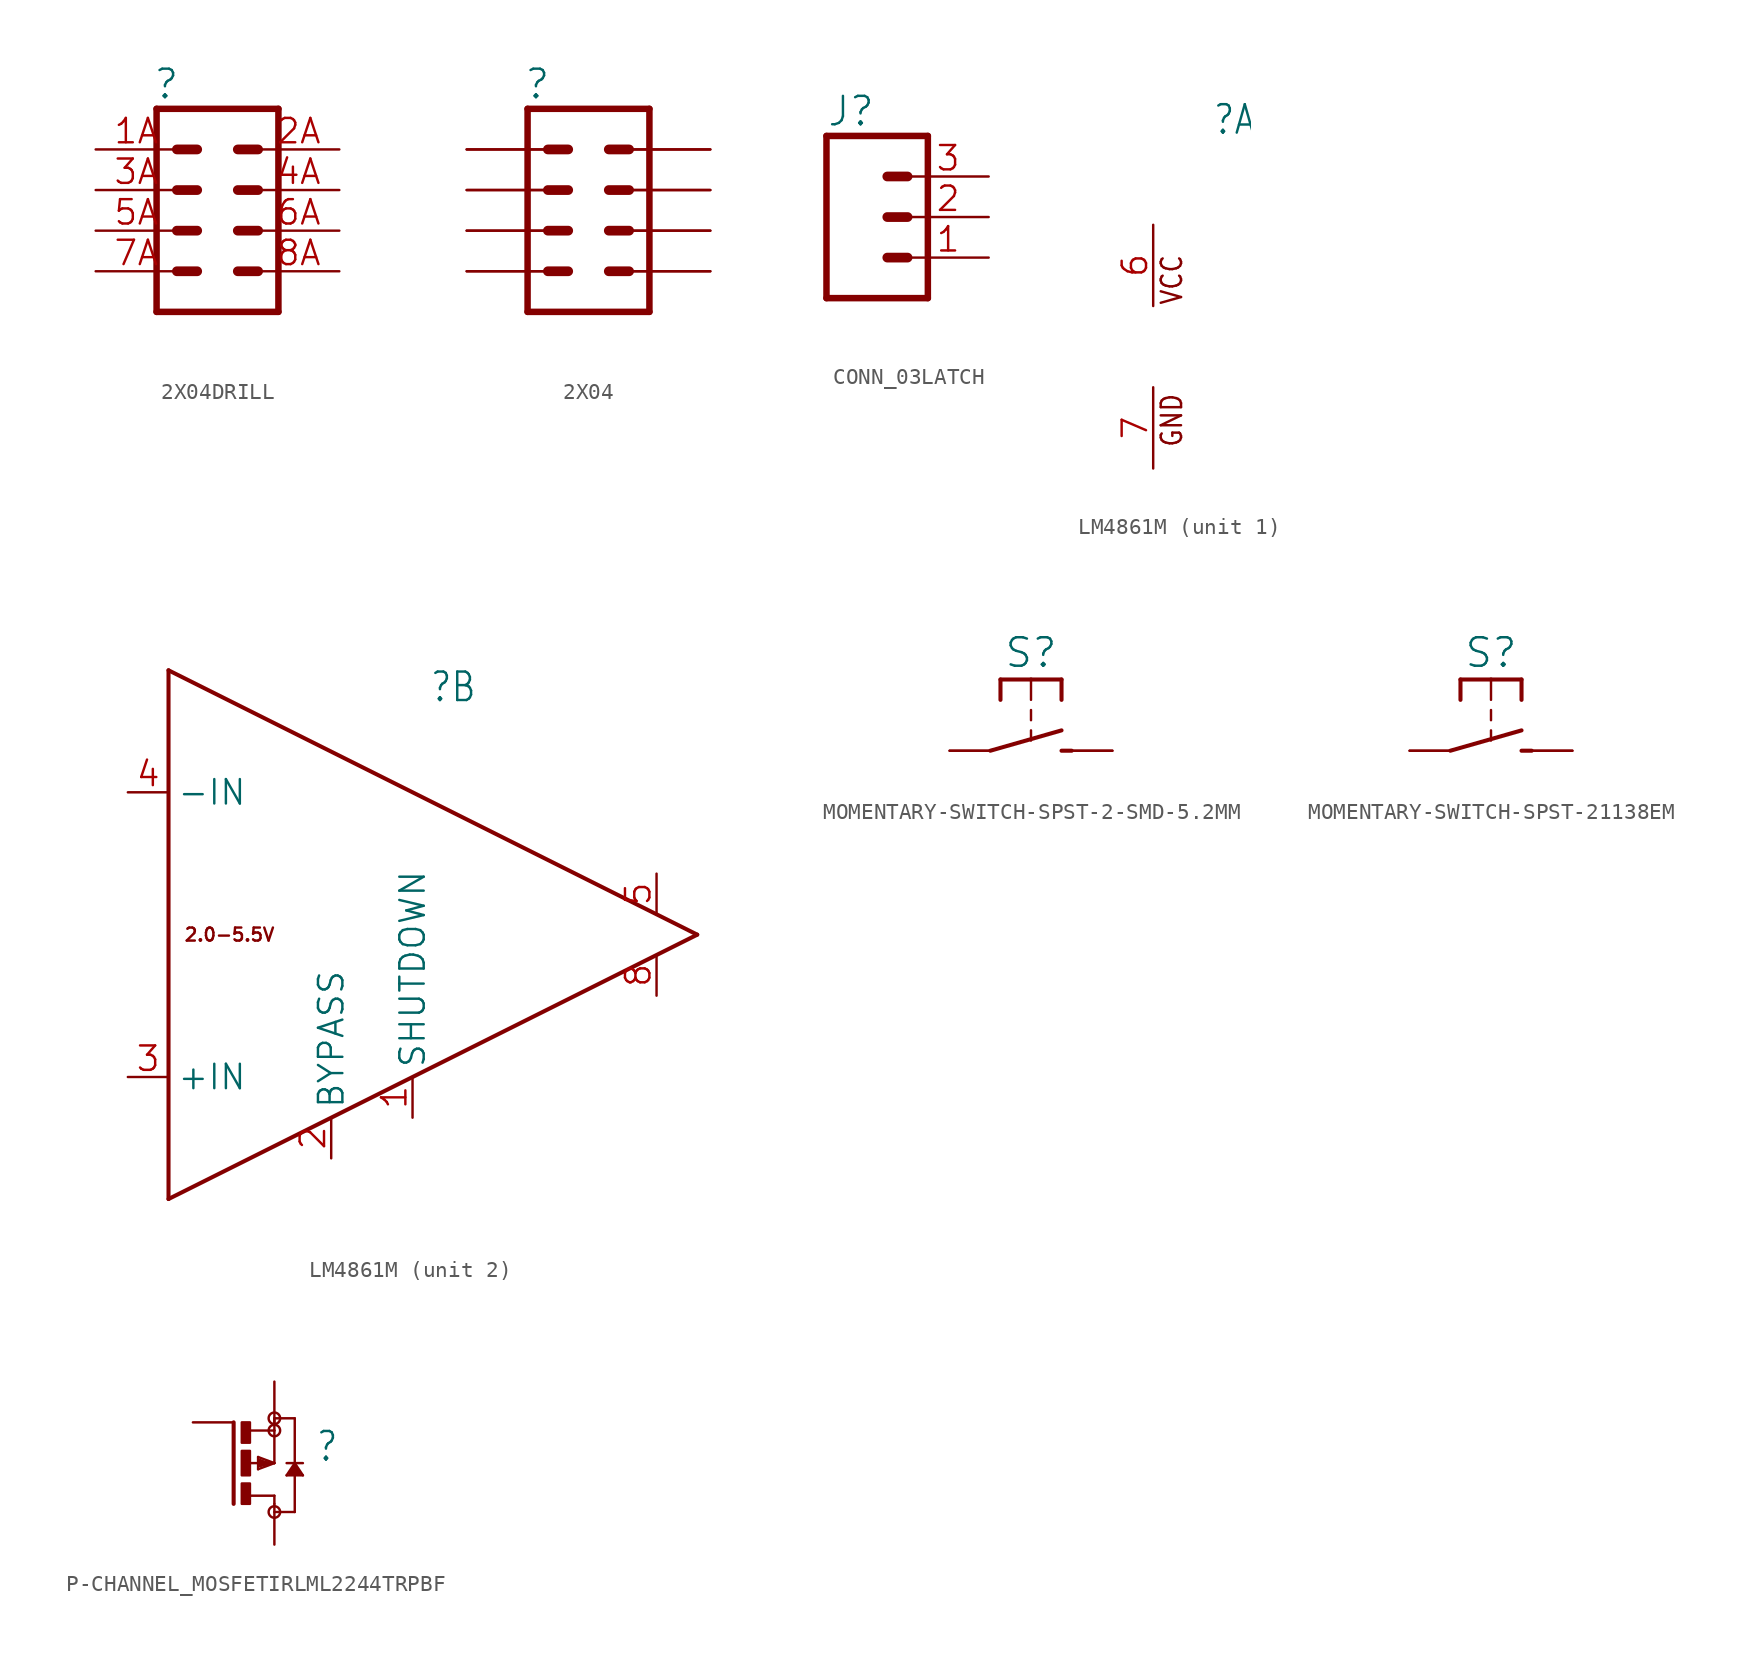
<source format=kicad_sym>
(kicad_symbol_lib
  (version 20241209)
  (generator "kicad_symbol_editor")
  (generator_version "9.0")
  (symbol "2X04DRILL"
    (property "Reference" ""
      (at -4.064 8.128 0)
      (effects (font (size 1.778 1.778)) (justify left bottom)))
    (property "Value" ""
      (at -3.81 -7.366 0)
      (effects (font (size 1.778 1.778)) (justify left bottom)))
    (property "ki_locked" ""
      (at 0 0 0)
      (effects (font (size 1.27 1.27))))
    (symbol "2X04DRILL_1_0"
      (polyline (pts (xy -3.81 7.62) (xy -3.81 -5.08)) (stroke (width 0.406) (type solid)) (fill (type none)))
      (polyline (pts (xy -3.81 7.62) (xy 3.81 7.62)) (stroke (width 0.406) (type solid)) (fill (type none)))
      (polyline (pts (xy -1.27 5.08) (xy -2.54 5.08)) (stroke (width 0.61) (type solid)) (fill (type none)))
      (polyline (pts (xy -1.27 2.54) (xy -2.54 2.54)) (stroke (width 0.61) (type solid)) (fill (type none)))
      (polyline (pts (xy -1.27 0) (xy -2.54 0)) (stroke (width 0.61) (type solid)) (fill (type none)))
      (polyline (pts (xy -1.27 -2.54) (xy -2.54 -2.54)) (stroke (width 0.61) (type solid)) (fill (type none)))
      (polyline (pts (xy 1.27 5.08) (xy 2.54 5.08)) (stroke (width 0.61) (type solid)) (fill (type none)))
      (polyline (pts (xy 1.27 2.54) (xy 2.54 2.54)) (stroke (width 0.61) (type solid)) (fill (type none)))
      (polyline (pts (xy 1.27 0) (xy 2.54 0)) (stroke (width 0.61) (type solid)) (fill (type none)))
      (polyline (pts (xy 1.27 -2.54) (xy 2.54 -2.54)) (stroke (width 0.61) (type solid)) (fill (type none)))
      (polyline (pts (xy 3.81 -5.08) (xy -3.81 -5.08)) (stroke (width 0.406) (type solid)) (fill (type none)))
      (polyline (pts (xy 3.81 -5.08) (xy 3.81 7.62)) (stroke (width 0.406) (type solid)) (fill (type none)))
      (pin passive line (at -7.62 5.08 0) (length 5.08) (name "1" (effects (font (size 0 0)))) (number "1A" (effects (font (size 1.524 1.524)))))
      (pin passive line (at -7.62 2.54 0) (length 5.08) (name "3" (effects (font (size 0 0)))) (number "3A" (effects (font (size 1.524 1.524)))))
      (pin passive line (at -7.62 0 0) (length 5.08) (name "5" (effects (font (size 0 0)))) (number "5A" (effects (font (size 1.524 1.524)))))
      (pin passive line (at -7.62 -2.54 0) (length 5.08) (name "7" (effects (font (size 0 0)))) (number "7A" (effects (font (size 1.524 1.524)))))
      (pin passive line (at 7.62 5.08 180) (length 5.08) (name "2" (effects (font (size 0 0)))) (number "2A" (effects (font (size 1.524 1.524)))))
      (pin passive line (at 7.62 2.54 180) (length 5.08) (name "4" (effects (font (size 0 0)))) (number "4A" (effects (font (size 1.524 1.524)))))
      (pin passive line (at 7.62 0 180) (length 5.08) (name "6" (effects (font (size 0 0)))) (number "6A" (effects (font (size 1.524 1.524)))))
      (pin passive line (at 7.62 -2.54 180) (length 5.08) (name "8" (effects (font (size 0 0)))) (number "8A" (effects (font (size 1.524 1.524)))))))
  (symbol "2X04"
    (property "Reference" ""
      (at -4.064 8.128 0)
      (effects (font (size 1.778 1.778)) (justify left bottom)))
    (property "Value" ""
      (at -3.81 -7.366 0)
      (effects (font (size 1.778 1.778)) (justify left bottom)))
    (property "ki_locked" ""
      (at 0 0 0)
      (effects (font (size 1.27 1.27))))
    (symbol "2X04_1_0"
      (polyline (pts (xy -3.81 7.62) (xy -3.81 -5.08)) (stroke (width 0.406) (type solid)) (fill (type none)))
      (polyline (pts (xy -3.81 7.62) (xy 3.81 7.62)) (stroke (width 0.406) (type solid)) (fill (type none)))
      (polyline (pts (xy -1.27 5.08) (xy -2.54 5.08)) (stroke (width 0.61) (type solid)) (fill (type none)))
      (polyline (pts (xy -1.27 2.54) (xy -2.54 2.54)) (stroke (width 0.61) (type solid)) (fill (type none)))
      (polyline (pts (xy -1.27 0) (xy -2.54 0)) (stroke (width 0.61) (type solid)) (fill (type none)))
      (polyline (pts (xy -1.27 -2.54) (xy -2.54 -2.54)) (stroke (width 0.61) (type solid)) (fill (type none)))
      (polyline (pts (xy 1.27 5.08) (xy 2.54 5.08)) (stroke (width 0.61) (type solid)) (fill (type none)))
      (polyline (pts (xy 1.27 2.54) (xy 2.54 2.54)) (stroke (width 0.61) (type solid)) (fill (type none)))
      (polyline (pts (xy 1.27 0) (xy 2.54 0)) (stroke (width 0.61) (type solid)) (fill (type none)))
      (polyline (pts (xy 1.27 -2.54) (xy 2.54 -2.54)) (stroke (width 0.61) (type solid)) (fill (type none)))
      (polyline (pts (xy 3.81 -5.08) (xy -3.81 -5.08)) (stroke (width 0.406) (type solid)) (fill (type none)))
      (polyline (pts (xy 3.81 -5.08) (xy 3.81 7.62)) (stroke (width 0.406) (type solid)) (fill (type none)))
      (pin passive line (at -7.62 5.08 0) (length 5.08) (name "1" (effects (font (size 0 0)))) (number "1" (effects (font (size 0 0)))))
      (pin passive line (at -7.62 5.08 0) (length 5.08) (name "1" (effects (font (size 0 0)))) (number "1A" (effects (font (size 0 0)))))
      (pin passive line (at -7.62 2.54 0) (length 5.08) (name "3" (effects (font (size 0 0)))) (number "3" (effects (font (size 0 0)))))
      (pin passive line (at -7.62 2.54 0) (length 5.08) (name "3" (effects (font (size 0 0)))) (number "3A" (effects (font (size 0 0)))))
      (pin passive line (at -7.62 0 0) (length 5.08) (name "5" (effects (font (size 0 0)))) (number "5" (effects (font (size 0 0)))))
      (pin passive line (at -7.62 0 0) (length 5.08) (name "5" (effects (font (size 0 0)))) (number "5A" (effects (font (size 0 0)))))
      (pin passive line (at -7.62 -2.54 0) (length 5.08) (name "7" (effects (font (size 0 0)))) (number "7" (effects (font (size 0 0)))))
      (pin passive line (at -7.62 -2.54 0) (length 5.08) (name "7" (effects (font (size 0 0)))) (number "7A" (effects (font (size 0 0)))))
      (pin passive line (at 7.62 5.08 180) (length 5.08) (name "2" (effects (font (size 0 0)))) (number "2" (effects (font (size 0 0)))))
      (pin passive line (at 7.62 5.08 180) (length 5.08) (name "2" (effects (font (size 0 0)))) (number "2A" (effects (font (size 0 0)))))
      (pin passive line (at 7.62 2.54 180) (length 5.08) (name "4" (effects (font (size 0 0)))) (number "4" (effects (font (size 0 0)))))
      (pin passive line (at 7.62 2.54 180) (length 5.08) (name "4" (effects (font (size 0 0)))) (number "4A" (effects (font (size 0 0)))))
      (pin passive line (at 7.62 0 180) (length 5.08) (name "6" (effects (font (size 0 0)))) (number "6" (effects (font (size 0 0)))))
      (pin passive line (at 7.62 0 180) (length 5.08) (name "6" (effects (font (size 0 0)))) (number "6A" (effects (font (size 0 0)))))
      (pin passive line (at 7.62 -2.54 180) (length 5.08) (name "8" (effects (font (size 0 0)))) (number "8" (effects (font (size 0 0)))))
      (pin passive line (at 7.62 -2.54 180) (length 5.08) (name "8" (effects (font (size 0 0)))) (number "8A" (effects (font (size 0 0)))))))
  (symbol "CONN_03LATCH"
    (property "Reference" "J"
      (at -2.54 5.588 0)
      (effects (font (size 1.778 1.778)) (justify left bottom)))
    (property "Value" ""
      (at -2.54 -7.366 0)
      (effects (font (size 1.778 1.778)) (justify left bottom)))
    (property "ki_locked" ""
      (at 0 0 0)
      (effects (font (size 1.27 1.27))))
    (symbol "CONN_03LATCH_1_0"
      (polyline (pts (xy -2.54 5.08) (xy -2.54 -5.08)) (stroke (width 0.406) (type solid)) (fill (type none)))
      (polyline (pts (xy -2.54 5.08) (xy 3.81 5.08)) (stroke (width 0.406) (type solid)) (fill (type none)))
      (polyline (pts (xy 1.27 2.54) (xy 2.54 2.54)) (stroke (width 0.61) (type solid)) (fill (type none)))
      (polyline (pts (xy 1.27 0) (xy 2.54 0)) (stroke (width 0.61) (type solid)) (fill (type none)))
      (polyline (pts (xy 1.27 -2.54) (xy 2.54 -2.54)) (stroke (width 0.61) (type solid)) (fill (type none)))
      (polyline (pts (xy 3.81 -5.08) (xy -2.54 -5.08)) (stroke (width 0.406) (type solid)) (fill (type none)))
      (polyline (pts (xy 3.81 -5.08) (xy 3.81 5.08)) (stroke (width 0.406) (type solid)) (fill (type none)))
      (pin passive line (at 7.62 2.54 180) (length 5.08) (name "3" (effects (font (size 0 0)))) (number "3" (effects (font (size 1.524 1.524)))))
      (pin passive line (at 7.62 0 180) (length 5.08) (name "2" (effects (font (size 0 0)))) (number "2" (effects (font (size 1.524 1.524)))))
      (pin passive line (at 7.62 -2.54 180) (length 5.08) (name "1" (effects (font (size 0 0)))) (number "1" (effects (font (size 1.524 1.524)))))))
  (symbol "LM4861M"
    (property "Reference" ""
      (at 5.08 15.24 0)
      (effects (font (size 1.778 1.511)) (justify top)))
    (property "Value" ""
      (at 5.08 12.7 0)
      (effects (font (size 1.778 1.511)) (justify top)))
    (property "ki_locked" ""
      (at 0 0 0)
      (effects (font (size 1.27 1.27))))
    (symbol "LM4861M_1_0"
      (text "VCC" (at 1.905 2.54 900) (effects (font (size 1.27 1.079)) (justify left bottom)))
      (text "GND" (at 1.905 -6.35 900) (effects (font (size 1.27 1.079)) (justify left bottom)))
      (pin power_in line (at 0 7.62 270) (length 5.08) (name "VCC" (effects (font (size 0 0)))) (number "6" (effects (font (size 1.524 1.524)))))
      (pin power_in line (at 0 -7.62 90) (length 5.08) (name "GND" (effects (font (size 0 0)))) (number "7" (effects (font (size 1.524 1.524))))))
    (symbol "LM4861M_2_0"
      (polyline (pts (xy -12.7 15.24) (xy -12.7 -17.78)) (stroke (width 0.254) (type solid)) (fill (type none)))
      (polyline (pts (xy -12.7 -17.78) (xy 20.32 -1.27)) (stroke (width 0.254) (type solid)) (fill (type none)))
      (polyline (pts (xy 20.32 -1.27) (xy -12.7 15.24)) (stroke (width 0.254) (type solid)) (fill (type none)))
      (text "2.0-5.5V" (at -8.89 -1.27 0) (effects (font (size 0.813 0.813))))
      (pin input line (at -15.24 7.62 0) (length 2.54) (name "-IN" (effects (font (size 1.524 1.524)))) (number "4" (effects (font (size 1.524 1.524)))))
      (pin input line (at -15.24 -10.16 0) (length 2.54) (name "+IN" (effects (font (size 1.524 1.524)))) (number "3" (effects (font (size 1.524 1.524)))))
      (pin bidirectional line (at -2.54 -15.24 90) (length 2.54) (name "BYPASS" (effects (font (size 1.524 1.524)))) (number "2" (effects (font (size 1.524 1.524)))))
      (pin power_in line (at 2.54 -12.7 90) (length 2.54) (name "SHUTDOWN" (effects (font (size 1.524 1.524)))) (number "1" (effects (font (size 1.524 1.524)))))
      (pin output line (at 17.78 2.54 270) (length 2.54) (name "VO1" (effects (font (size 0 0)))) (number "5" (effects (font (size 1.524 1.524)))))
      (pin output line (at 17.78 -5.08 90) (length 2.54) (name "VO2" (effects (font (size 0 0)))) (number "8" (effects (font (size 1.524 1.524)))))))
  (symbol "MOMENTARY-SWITCH-SPST-2-SMD-5.2MM"
    (property "Reference" "S"
      (at 0 5.08 0)
      (effects (font (size 1.778 1.778)) (justify bottom)))
    (property "Value" ""
      (at 0 -1.27 0)
      (effects (font (size 1.778 1.778)) (justify top)))
    (property "ki_locked" ""
      (at 0 0 0)
      (effects (font (size 1.27 1.27))))
    (symbol "MOMENTARY-SWITCH-SPST-2-SMD-5.2MM_1_0"
      (polyline (pts (xy -2.54 0) (xy 1.905 1.27)) (stroke (width 0.254) (type solid)) (fill (type none)))
      (polyline (pts (xy -1.905 4.445) (xy -1.905 3.175)) (stroke (width 0.254) (type solid)) (fill (type none)))
      (polyline (pts (xy 0 4.445) (xy -1.905 4.445)) (stroke (width 0.254) (type solid)) (fill (type none)))
      (polyline (pts (xy 0 4.445) (xy 0 3.175)) (stroke (width 0.152) (type solid)) (fill (type none)))
      (polyline (pts (xy 0 2.54) (xy 0 1.905)) (stroke (width 0.152) (type solid)) (fill (type none)))
      (polyline (pts (xy 0 1.27) (xy 0 0.635)) (stroke (width 0.152) (type solid)) (fill (type none)))
      (polyline (pts (xy 1.905 4.445) (xy 0 4.445)) (stroke (width 0.254) (type solid)) (fill (type none)))
      (polyline (pts (xy 1.905 4.445) (xy 1.905 3.175)) (stroke (width 0.254) (type solid)) (fill (type none)))
      (polyline (pts (xy 1.905 0) (xy 2.54 0)) (stroke (width 0.254) (type solid)) (fill (type none)))
      (pin passive line (at -5.08 0 0) (length 2.54) (name "1" (effects (font (size 0 0)))) (number "1" (effects (font (size 0 0)))))
      (pin passive line (at -5.08 0 0) (length 2.54) (name "1" (effects (font (size 0 0)))) (number "2" (effects (font (size 0 0)))))
      (pin passive line (at 5.08 0 180) (length 2.54) (name "3" (effects (font (size 0 0)))) (number "3" (effects (font (size 0 0)))))
      (pin passive line (at 5.08 0 180) (length 2.54) (name "3" (effects (font (size 0 0)))) (number "4" (effects (font (size 0 0)))))))
  (symbol "MOMENTARY-SWITCH-SPST-21138EM"
    (property "Reference" "S"
      (at 0 5.08 0)
      (effects (font (size 1.778 1.778)) (justify bottom)))
    (property "Value" ""
      (at 0 -1.27 0)
      (effects (font (size 1.778 1.778)) (justify top)))
    (property "ki_locked" ""
      (at 0 0 0)
      (effects (font (size 1.27 1.27))))
    (symbol "MOMENTARY-SWITCH-SPST-21138EM_1_0"
      (polyline (pts (xy -2.54 0) (xy 1.905 1.27)) (stroke (width 0.254) (type solid)) (fill (type none)))
      (polyline (pts (xy -1.905 4.445) (xy -1.905 3.175)) (stroke (width 0.254) (type solid)) (fill (type none)))
      (polyline (pts (xy 0 4.445) (xy -1.905 4.445)) (stroke (width 0.254) (type solid)) (fill (type none)))
      (polyline (pts (xy 0 4.445) (xy 0 3.175)) (stroke (width 0.152) (type solid)) (fill (type none)))
      (polyline (pts (xy 0 2.54) (xy 0 1.905)) (stroke (width 0.152) (type solid)) (fill (type none)))
      (polyline (pts (xy 0 1.27) (xy 0 0.635)) (stroke (width 0.152) (type solid)) (fill (type none)))
      (polyline (pts (xy 1.905 4.445) (xy 0 4.445)) (stroke (width 0.254) (type solid)) (fill (type none)))
      (polyline (pts (xy 1.905 4.445) (xy 1.905 3.175)) (stroke (width 0.254) (type solid)) (fill (type none)))
      (polyline (pts (xy 1.905 0) (xy 2.54 0)) (stroke (width 0.254) (type solid)) (fill (type none)))
      (pin passive line (at -5.08 0 0) (length 2.54) (name "1" (effects (font (size 0 0)))) (number "1" (effects (font (size 0 0)))))
      (pin passive line (at -5.08 0 0) (length 2.54) (name "1" (effects (font (size 0 0)))) (number "2" (effects (font (size 0 0)))))
      (pin passive line (at 5.08 0 180) (length 2.54) (name "3" (effects (font (size 0 0)))) (number "3" (effects (font (size 0 0)))))
      (pin passive line (at 5.08 0 180) (length 2.54) (name "3" (effects (font (size 0 0)))) (number "4" (effects (font (size 0 0)))))))
  (symbol "P-CHANNEL_MOSFETIRLML2244TRPBF"
    (property "Reference" ""
      (at 2.54 0 0)
      (effects (font (size 1.778 1.511)) (justify left bottom)))
    (property "Value" ""
      (at 2.54 -2.54 0)
      (effects (font (size 1.778 1.511)) (justify left bottom)))
    (property "ki_locked" ""
      (at 0 0 0)
      (effects (font (size 1.27 1.27))))
    (symbol "P-CHANNEL_MOSFETIRLML2244TRPBF_1_0"
      (polyline (pts (xy -2.54 2.54) (xy -2.54 -2.54)) (stroke (width 0.254) (type solid)) (fill (type none)))
      (rectangle (start -2.032 1.27) (end -1.524 2.54) (stroke (width 0) (type default)) (fill (type outline)))
      (rectangle (start -2.032 -0.762) (end -1.524 0.762) (stroke (width 0) (type default)) (fill (type outline)))
      (rectangle (start -2.032 -2.54) (end -1.524 -1.27) (stroke (width 0) (type default)) (fill (type outline)))
      (polyline (pts (xy -1.524 2.032) (xy 0 2.032)) (stroke (width 0.152) (type solid)) (fill (type none)))
      (polyline (pts (xy -1.524 0) (xy -0.508 0)) (stroke (width 0.152) (type solid)) (fill (type none)))
      (polyline (pts (xy -1.524 -2.032) (xy 0 -2.032)) (stroke (width 0.152) (type solid)) (fill (type none)))
      (polyline (pts (xy -1.016 0.381) (xy -1.016 -0.381)) (stroke (width 0.152) (type solid)) (fill (type none)))
      (polyline (pts (xy -1.016 -0.381) (xy 0 0)) (stroke (width 0.152) (type solid)) (fill (type none)))
      (polyline (pts (xy -0.889 0.127) (xy -0.508 0)) (stroke (width 0.254) (type solid)) (fill (type none)))
      (polyline (pts (xy -0.889 -0.127) (xy -0.889 0.127)) (stroke (width 0.254) (type solid)) (fill (type none)))
      (polyline (pts (xy -0.508 0) (xy -0.381 0)) (stroke (width 0.152) (type solid)) (fill (type none)))
      (polyline (pts (xy -0.381 0) (xy -0.889 -0.127)) (stroke (width 0.254) (type solid)) (fill (type none)))
      (polyline (pts (xy -0.381 0) (xy 0 0)) (stroke (width 0.152) (type solid)) (fill (type none)))
      (circle (center 0 2.794) (radius 0.359) (stroke (width 0) (type solid)) (fill (type none)))
      (circle (center 0 2.032) (radius 0.359) (stroke (width 0) (type solid)) (fill (type none)))
      (polyline (pts (xy 0 2.032) (xy 0 2.794)) (stroke (width 0.152) (type solid)) (fill (type none)))
      (polyline (pts (xy 0 0) (xy -1.016 0.381)) (stroke (width 0.152) (type solid)) (fill (type none)))
      (polyline (pts (xy 0 0) (xy 0 2.032)) (stroke (width 0.152) (type solid)) (fill (type none)))
      (polyline (pts (xy 0 -2.032) (xy 0 -2.54)) (stroke (width 0.152) (type solid)) (fill (type none)))
      (polyline (pts (xy 0 -3.048) (xy 1.27 -3.048)) (stroke (width 0.152) (type solid)) (fill (type none)))
      (circle (center 0 -3.048) (radius 0.359) (stroke (width 0) (type solid)) (fill (type none)))
      (polyline (pts (xy 0.762 0) (xy 1.778 0)) (stroke (width 0.152) (type solid)) (fill (type none)))
      (polyline (pts (xy 0.762 -0.762) (xy 1.778 -0.762)) (stroke (width 0.152) (type solid)) (fill (type none)))
      (polyline (pts (xy 1.016 -0.635) (xy 1.524 -0.635)) (stroke (width 0.254) (type solid)) (fill (type none)))
      (polyline (pts (xy 1.27 2.794) (xy 0 2.794)) (stroke (width 0.152) (type solid)) (fill (type none)))
      (polyline (pts (xy 1.27 0) (xy 0.762 -0.762)) (stroke (width 0.152) (type solid)) (fill (type none)))
      (polyline (pts (xy 1.27 0) (xy 1.27 2.794)) (stroke (width 0.152) (type solid)) (fill (type none)))
      (polyline (pts (xy 1.27 -0.254) (xy 1.016 -0.635)) (stroke (width 0.254) (type solid)) (fill (type none)))
      (polyline (pts (xy 1.27 -0.254) (xy 1.27 0)) (stroke (width 0.152) (type solid)) (fill (type none)))
      (polyline (pts (xy 1.27 -3.048) (xy 1.27 -0.254)) (stroke (width 0.152) (type solid)) (fill (type none)))
      (polyline (pts (xy 1.524 -0.635) (xy 1.27 -0.254)) (stroke (width 0.254) (type solid)) (fill (type none)))
      (polyline (pts (xy 1.778 -0.762) (xy 1.27 0)) (stroke (width 0.152) (type solid)) (fill (type none)))
      (pin passive line (at -5.08 2.54 0) (length 2.54) (name "G" (effects (font (size 0 0)))) (number "1" (effects (font (size 0 0)))))
      (pin passive line (at 0 5.08 270) (length 2.54) (name "S" (effects (font (size 0 0)))) (number "2" (effects (font (size 0 0)))))
      (pin passive line (at 0 -5.08 90) (length 2.54) (name "D" (effects (font (size 0 0)))) (number "3" (effects (font (size 0 0))))))))
</source>
